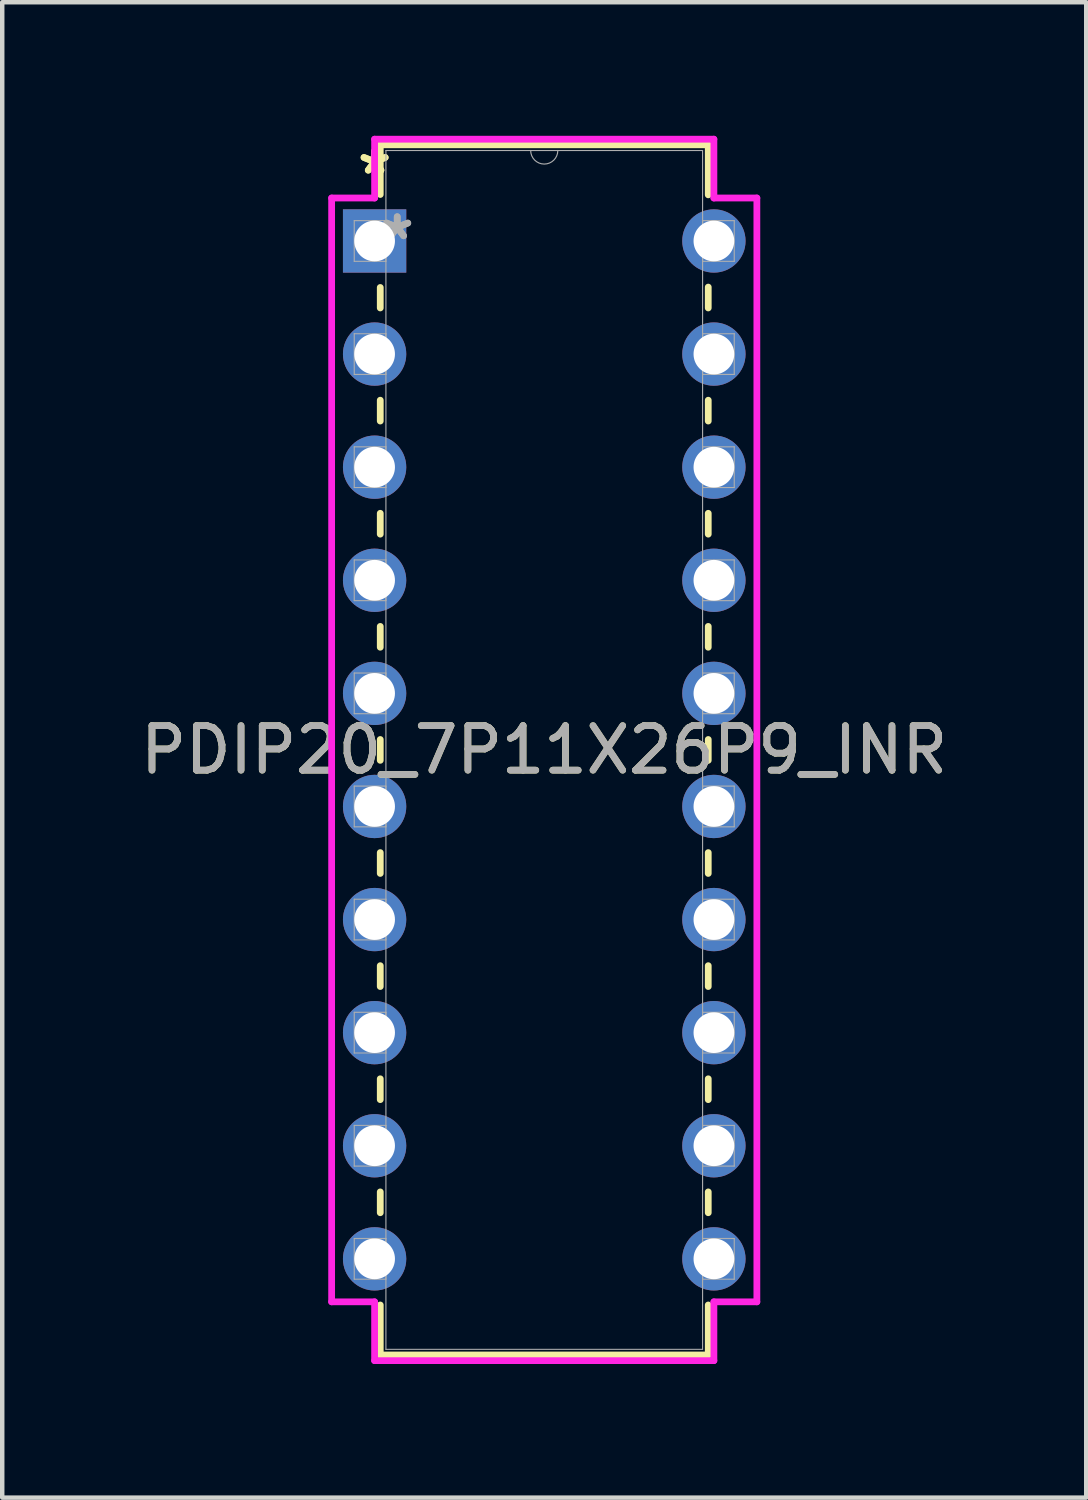
<source format=kicad_pcb>
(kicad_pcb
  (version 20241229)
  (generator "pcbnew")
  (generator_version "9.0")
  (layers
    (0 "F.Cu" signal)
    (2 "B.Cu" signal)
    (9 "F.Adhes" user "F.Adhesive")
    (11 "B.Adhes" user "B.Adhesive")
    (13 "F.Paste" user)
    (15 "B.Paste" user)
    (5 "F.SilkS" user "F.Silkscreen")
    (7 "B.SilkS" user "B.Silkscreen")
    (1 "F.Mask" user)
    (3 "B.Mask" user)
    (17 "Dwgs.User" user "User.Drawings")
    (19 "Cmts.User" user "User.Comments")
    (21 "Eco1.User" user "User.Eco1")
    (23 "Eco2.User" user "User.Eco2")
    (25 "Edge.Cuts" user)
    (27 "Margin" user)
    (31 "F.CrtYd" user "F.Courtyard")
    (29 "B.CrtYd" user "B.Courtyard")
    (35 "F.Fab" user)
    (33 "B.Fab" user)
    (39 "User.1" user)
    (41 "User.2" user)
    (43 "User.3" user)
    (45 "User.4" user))
  (footprint "PDIP20_7P11X26P9_INR"
    (layer "F.Cu")
    (at 5.363 2.362)
    (property "Reference" "PDIP20_7P11X26P9_INR" (at 3.81 11.43 0) (unlocked yes) (layer "F.SilkS") (effects (font (size 1 1) (thickness 0.15))))
    (attr through_hole)
    (fp_line (start 0.127 -2.159) (end 0.127 -1.044) (stroke (width 0.152) (type solid)) (layer "F.SilkS"))
    (fp_line (start 0.127 1.044) (end 0.127 1.504) (stroke (width 0.152) (type solid)) (layer "F.SilkS"))
    (fp_line (start 0.127 3.576) (end 0.127 4.044) (stroke (width 0.152) (type solid)) (layer "F.SilkS"))
    (fp_line (start 0.127 6.116) (end 0.127 6.584) (stroke (width 0.152) (type solid)) (layer "F.SilkS"))
    (fp_line (start 0.127 8.656) (end 0.127 9.124) (stroke (width 0.152) (type solid)) (layer "F.SilkS"))
    (fp_line (start 0.127 11.196) (end 0.127 11.664) (stroke (width 0.152) (type solid)) (layer "F.SilkS"))
    (fp_line (start 0.127 13.736) (end 0.127 14.204) (stroke (width 0.152) (type solid)) (layer "F.SilkS"))
    (fp_line (start 0.127 16.276) (end 0.127 16.744) (stroke (width 0.152) (type solid)) (layer "F.SilkS"))
    (fp_line (start 0.127 18.816) (end 0.127 19.284) (stroke (width 0.152) (type solid)) (layer "F.SilkS"))
    (fp_line (start 0.127 21.356) (end 0.127 21.824) (stroke (width 0.152) (type solid)) (layer "F.SilkS"))
    (fp_line (start 0.127 23.896) (end 0.127 25.019) (stroke (width 0.152) (type solid)) (layer "F.SilkS"))
    (fp_line (start 0.127 25.019) (end 7.493 25.019) (stroke (width 0.152) (type solid)) (layer "F.SilkS"))
    (fp_line (start 7.493 -2.159) (end 0.127 -2.159) (stroke (width 0.152) (type solid)) (layer "F.SilkS"))
    (fp_line (start 7.493 -1.036) (end 7.493 -2.159) (stroke (width 0.152) (type solid)) (layer "F.SilkS"))
    (fp_line (start 7.493 1.504) (end 7.493 1.036) (stroke (width 0.152) (type solid)) (layer "F.SilkS"))
    (fp_line (start 7.493 4.044) (end 7.493 3.576) (stroke (width 0.152) (type solid)) (layer "F.SilkS"))
    (fp_line (start 7.493 6.584) (end 7.493 6.116) (stroke (width 0.152) (type solid)) (layer "F.SilkS"))
    (fp_line (start 7.493 9.124) (end 7.493 8.656) (stroke (width 0.152) (type solid)) (layer "F.SilkS"))
    (fp_line (start 7.493 11.664) (end 7.493 11.196) (stroke (width 0.152) (type solid)) (layer "F.SilkS"))
    (fp_line (start 7.493 14.204) (end 7.493 13.736) (stroke (width 0.152) (type solid)) (layer "F.SilkS"))
    (fp_line (start 7.493 16.744) (end 7.493 16.276) (stroke (width 0.152) (type solid)) (layer "F.SilkS"))
    (fp_line (start 7.493 19.284) (end 7.493 18.816) (stroke (width 0.152) (type solid)) (layer "F.SilkS"))
    (fp_line (start 7.493 21.824) (end 7.493 21.356) (stroke (width 0.152) (type solid)) (layer "F.SilkS"))
    (fp_line (start 7.493 25.019) (end 7.493 23.896) (stroke (width 0.152) (type solid)) (layer "F.SilkS"))
    (fp_line (start -0.965 -0.965) (end 0 -0.965) (stroke (width 0.152) (type solid)) (layer "F.CrtYd"))
    (fp_line (start -0.965 23.825) (end -0.965 -0.965) (stroke (width 0.152) (type solid)) (layer "F.CrtYd"))
    (fp_line (start 0 -2.286) (end 7.62 -2.286) (stroke (width 0.152) (type solid)) (layer "F.CrtYd"))
    (fp_line (start 0 -0.965) (end 0 -2.286) (stroke (width 0.152) (type solid)) (layer "F.CrtYd"))
    (fp_line (start 0 23.825) (end -0.965 23.825) (stroke (width 0.152) (type solid)) (layer "F.CrtYd"))
    (fp_line (start 0 25.146) (end 0 23.825) (stroke (width 0.152) (type solid)) (layer "F.CrtYd"))
    (fp_line (start 7.62 -2.286) (end 7.62 -0.965) (stroke (width 0.152) (type solid)) (layer "F.CrtYd"))
    (fp_line (start 7.62 23.825) (end 7.62 25.146) (stroke (width 0.152) (type solid)) (layer "F.CrtYd"))
    (fp_line (start 7.62 25.146) (end 0 25.146) (stroke (width 0.152) (type solid)) (layer "F.CrtYd"))
    (fp_line (start 8.585 -0.965) (end 7.62 -0.965) (stroke (width 0.152) (type solid)) (layer "F.CrtYd"))
    (fp_line (start 8.585 -0.965) (end 8.585 23.825) (stroke (width 0.152) (type solid)) (layer "F.CrtYd"))
    (fp_line (start 8.585 23.825) (end 7.62 23.825) (stroke (width 0.152) (type solid)) (layer "F.CrtYd"))
    (fp_line (start -0.457 -0.457) (end -0.457 0.457) (stroke (width 0.025) (type solid)) (layer "F.Fab"))
    (fp_line (start -0.457 0.457) (end 0.254 0.457) (stroke (width 0.025) (type solid)) (layer "F.Fab"))
    (fp_line (start -0.457 2.083) (end -0.457 2.997) (stroke (width 0.025) (type solid)) (layer "F.Fab"))
    (fp_line (start -0.457 2.997) (end 0.254 2.997) (stroke (width 0.025) (type solid)) (layer "F.Fab"))
    (fp_line (start -0.457 4.623) (end -0.457 5.537) (stroke (width 0.025) (type solid)) (layer "F.Fab"))
    (fp_line (start -0.457 5.537) (end 0.254 5.537) (stroke (width 0.025) (type solid)) (layer "F.Fab"))
    (fp_line (start -0.457 7.163) (end -0.457 8.077) (stroke (width 0.025) (type solid)) (layer "F.Fab"))
    (fp_line (start -0.457 8.077) (end 0.254 8.077) (stroke (width 0.025) (type solid)) (layer "F.Fab"))
    (fp_line (start -0.457 9.703) (end -0.457 10.617) (stroke (width 0.025) (type solid)) (layer "F.Fab"))
    (fp_line (start -0.457 10.617) (end 0.254 10.617) (stroke (width 0.025) (type solid)) (layer "F.Fab"))
    (fp_line (start -0.457 12.243) (end -0.457 13.157) (stroke (width 0.025) (type solid)) (layer "F.Fab"))
    (fp_line (start -0.457 13.157) (end 0.254 13.157) (stroke (width 0.025) (type solid)) (layer "F.Fab"))
    (fp_line (start -0.457 14.783) (end -0.457 15.697) (stroke (width 0.025) (type solid)) (layer "F.Fab"))
    (fp_line (start -0.457 15.697) (end 0.254 15.697) (stroke (width 0.025) (type solid)) (layer "F.Fab"))
    (fp_line (start -0.457 17.323) (end -0.457 18.237) (stroke (width 0.025) (type solid)) (layer "F.Fab"))
    (fp_line (start -0.457 18.237) (end 0.254 18.237) (stroke (width 0.025) (type solid)) (layer "F.Fab"))
    (fp_line (start -0.457 19.863) (end -0.457 20.777) (stroke (width 0.025) (type solid)) (layer "F.Fab"))
    (fp_line (start -0.457 20.777) (end 0.254 20.777) (stroke (width 0.025) (type solid)) (layer "F.Fab"))
    (fp_line (start -0.457 22.403) (end -0.457 23.317) (stroke (width 0.025) (type solid)) (layer "F.Fab"))
    (fp_line (start -0.457 23.317) (end 0.254 23.317) (stroke (width 0.025) (type solid)) (layer "F.Fab"))
    (fp_line (start 0.254 -2.032) (end 0.254 24.892) (stroke (width 0.025) (type solid)) (layer "F.Fab"))
    (fp_line (start 0.254 -0.457) (end -0.457 -0.457) (stroke (width 0.025) (type solid)) (layer "F.Fab"))
    (fp_line (start 0.254 0.457) (end 0.254 -0.457) (stroke (width 0.025) (type solid)) (layer "F.Fab"))
    (fp_line (start 0.254 2.083) (end -0.457 2.083) (stroke (width 0.025) (type solid)) (layer "F.Fab"))
    (fp_line (start 0.254 2.997) (end 0.254 2.083) (stroke (width 0.025) (type solid)) (layer "F.Fab"))
    (fp_line (start 0.254 4.623) (end -0.457 4.623) (stroke (width 0.025) (type solid)) (layer "F.Fab"))
    (fp_line (start 0.254 5.537) (end 0.254 4.623) (stroke (width 0.025) (type solid)) (layer "F.Fab"))
    (fp_line (start 0.254 7.163) (end -0.457 7.163) (stroke (width 0.025) (type solid)) (layer "F.Fab"))
    (fp_line (start 0.254 8.077) (end 0.254 7.163) (stroke (width 0.025) (type solid)) (layer "F.Fab"))
    (fp_line (start 0.254 9.703) (end -0.457 9.703) (stroke (width 0.025) (type solid)) (layer "F.Fab"))
    (fp_line (start 0.254 10.617) (end 0.254 9.703) (stroke (width 0.025) (type solid)) (layer "F.Fab"))
    (fp_line (start 0.254 12.243) (end -0.457 12.243) (stroke (width 0.025) (type solid)) (layer "F.Fab"))
    (fp_line (start 0.254 13.157) (end 0.254 12.243) (stroke (width 0.025) (type solid)) (layer "F.Fab"))
    (fp_line (start 0.254 14.783) (end -0.457 14.783) (stroke (width 0.025) (type solid)) (layer "F.Fab"))
    (fp_line (start 0.254 15.697) (end 0.254 14.783) (stroke (width 0.025) (type solid)) (layer "F.Fab"))
    (fp_line (start 0.254 17.323) (end -0.457 17.323) (stroke (width 0.025) (type solid)) (layer "F.Fab"))
    (fp_line (start 0.254 18.237) (end 0.254 17.323) (stroke (width 0.025) (type solid)) (layer "F.Fab"))
    (fp_line (start 0.254 19.863) (end -0.457 19.863) (stroke (width 0.025) (type solid)) (layer "F.Fab"))
    (fp_line (start 0.254 20.777) (end 0.254 19.863) (stroke (width 0.025) (type solid)) (layer "F.Fab"))
    (fp_line (start 0.254 22.403) (end -0.457 22.403) (stroke (width 0.025) (type solid)) (layer "F.Fab"))
    (fp_line (start 0.254 23.317) (end 0.254 22.403) (stroke (width 0.025) (type solid)) (layer "F.Fab"))
    (fp_line (start 0.254 24.892) (end 7.366 24.892) (stroke (width 0.025) (type solid)) (layer "F.Fab"))
    (fp_line (start 7.366 -2.032) (end 0.254 -2.032) (stroke (width 0.025) (type solid)) (layer "F.Fab"))
    (fp_line (start 7.366 -0.457) (end 7.366 0.457) (stroke (width 0.025) (type solid)) (layer "F.Fab"))
    (fp_line (start 7.366 0.457) (end 8.077 0.457) (stroke (width 0.025) (type solid)) (layer "F.Fab"))
    (fp_line (start 7.366 2.083) (end 7.366 2.997) (stroke (width 0.025) (type solid)) (layer "F.Fab"))
    (fp_line (start 7.366 2.997) (end 8.077 2.997) (stroke (width 0.025) (type solid)) (layer "F.Fab"))
    (fp_line (start 7.366 4.623) (end 7.366 5.537) (stroke (width 0.025) (type solid)) (layer "F.Fab"))
    (fp_line (start 7.366 5.537) (end 8.077 5.537) (stroke (width 0.025) (type solid)) (layer "F.Fab"))
    (fp_line (start 7.366 7.163) (end 7.366 8.077) (stroke (width 0.025) (type solid)) (layer "F.Fab"))
    (fp_line (start 7.366 8.077) (end 8.077 8.077) (stroke (width 0.025) (type solid)) (layer "F.Fab"))
    (fp_line (start 7.366 9.703) (end 7.366 10.617) (stroke (width 0.025) (type solid)) (layer "F.Fab"))
    (fp_line (start 7.366 10.617) (end 8.077 10.617) (stroke (width 0.025) (type solid)) (layer "F.Fab"))
    (fp_line (start 7.366 12.243) (end 7.366 13.157) (stroke (width 0.025) (type solid)) (layer "F.Fab"))
    (fp_line (start 7.366 13.157) (end 8.077 13.157) (stroke (width 0.025) (type solid)) (layer "F.Fab"))
    (fp_line (start 7.366 14.783) (end 7.366 15.697) (stroke (width 0.025) (type solid)) (layer "F.Fab"))
    (fp_line (start 7.366 15.697) (end 8.077 15.697) (stroke (width 0.025) (type solid)) (layer "F.Fab"))
    (fp_line (start 7.366 17.323) (end 7.366 18.237) (stroke (width 0.025) (type solid)) (layer "F.Fab"))
    (fp_line (start 7.366 18.237) (end 8.077 18.237) (stroke (width 0.025) (type solid)) (layer "F.Fab"))
    (fp_line (start 7.366 19.863) (end 7.366 20.777) (stroke (width 0.025) (type solid)) (layer "F.Fab"))
    (fp_line (start 7.366 20.777) (end 8.077 20.777) (stroke (width 0.025) (type solid)) (layer "F.Fab"))
    (fp_line (start 7.366 22.403) (end 7.366 23.317) (stroke (width 0.025) (type solid)) (layer "F.Fab"))
    (fp_line (start 7.366 23.317) (end 8.077 23.317) (stroke (width 0.025) (type solid)) (layer "F.Fab"))
    (fp_line (start 7.366 24.892) (end 7.366 -2.032) (stroke (width 0.025) (type solid)) (layer "F.Fab"))
    (fp_line (start 8.077 -0.457) (end 7.366 -0.457) (stroke (width 0.025) (type solid)) (layer "F.Fab"))
    (fp_line (start 8.077 0.457) (end 8.077 -0.457) (stroke (width 0.025) (type solid)) (layer "F.Fab"))
    (fp_line (start 8.077 2.083) (end 7.366 2.083) (stroke (width 0.025) (type solid)) (layer "F.Fab"))
    (fp_line (start 8.077 2.997) (end 8.077 2.083) (stroke (width 0.025) (type solid)) (layer "F.Fab"))
    (fp_line (start 8.077 4.623) (end 7.366 4.623) (stroke (width 0.025) (type solid)) (layer "F.Fab"))
    (fp_line (start 8.077 5.537) (end 8.077 4.623) (stroke (width 0.025) (type solid)) (layer "F.Fab"))
    (fp_line (start 8.077 7.163) (end 7.366 7.163) (stroke (width 0.025) (type solid)) (layer "F.Fab"))
    (fp_line (start 8.077 8.077) (end 8.077 7.163) (stroke (width 0.025) (type solid)) (layer "F.Fab"))
    (fp_line (start 8.077 9.703) (end 7.366 9.703) (stroke (width 0.025) (type solid)) (layer "F.Fab"))
    (fp_line (start 8.077 10.617) (end 8.077 9.703) (stroke (width 0.025) (type solid)) (layer "F.Fab"))
    (fp_line (start 8.077 12.243) (end 7.366 12.243) (stroke (width 0.025) (type solid)) (layer "F.Fab"))
    (fp_line (start 8.077 13.157) (end 8.077 12.243) (stroke (width 0.025) (type solid)) (layer "F.Fab"))
    (fp_line (start 8.077 14.783) (end 7.366 14.783) (stroke (width 0.025) (type solid)) (layer "F.Fab"))
    (fp_line (start 8.077 15.697) (end 8.077 14.783) (stroke (width 0.025) (type solid)) (layer "F.Fab"))
    (fp_line (start 8.077 17.323) (end 7.366 17.323) (stroke (width 0.025) (type solid)) (layer "F.Fab"))
    (fp_line (start 8.077 18.237) (end 8.077 17.323) (stroke (width 0.025) (type solid)) (layer "F.Fab"))
    (fp_line (start 8.077 19.863) (end 7.366 19.863) (stroke (width 0.025) (type solid)) (layer "F.Fab"))
    (fp_line (start 8.077 20.777) (end 8.077 19.863) (stroke (width 0.025) (type solid)) (layer "F.Fab"))
    (fp_line (start 8.077 22.403) (end 7.366 22.403) (stroke (width 0.025) (type solid)) (layer "F.Fab"))
    (fp_line (start 8.077 23.317) (end 8.077 22.403) (stroke (width 0.025) (type solid)) (layer "F.Fab"))
    (fp_arc (start 4.1148 -2.032) (mid 3.81 -1.7272) (end 3.5052 -2.032) (stroke (width 0.0254) (type solid)) (layer "F.Fab"))
    (fp_text user "*" (at 0 -1.473 0) (unlocked yes) (layer "F.SilkS") (effects (font (size 1 1) (thickness 0.15))))
    (fp_text user "*" (at 0 -1.473 0) (layer "F.SilkS") (effects (font (size 1 1) (thickness 0.15))))
    (fp_text user "*" (at 0.508 0 0) (unlocked yes) (layer "F.Fab") (effects (font (size 1 1) (thickness 0.15))))
    (fp_text user "${REFERENCE}" (at 3.81 11.43 0) (unlocked yes) (layer "F.Fab") (effects (font (size 1 1) (thickness 0.15))))
    (fp_text user "*" (at 0.508 0 0) (layer "F.Fab") (effects (font (size 1 1) (thickness 0.15))))
    (pad "1" thru_hole rect (at 0 0) (size 1.422 1.422) (drill 0.914) (layers "*.Cu" "*.Mask"))
    (pad "2" thru_hole circle (at 0 2.54) (size 1.422 1.422) (drill 0.914) (layers "*.Cu" "*.Mask"))
    (pad "3" thru_hole circle (at 0 5.08) (size 1.422 1.422) (drill 0.914) (layers "*.Cu" "*.Mask"))
    (pad "4" thru_hole circle (at 0 7.62) (size 1.422 1.422) (drill 0.914) (layers "*.Cu" "*.Mask"))
    (pad "5" thru_hole circle (at 0 10.16) (size 1.422 1.422) (drill 0.914) (layers "*.Cu" "*.Mask"))
    (pad "6" thru_hole circle (at 0 12.7) (size 1.422 1.422) (drill 0.914) (layers "*.Cu" "*.Mask"))
    (pad "7" thru_hole circle (at 0 15.24) (size 1.422 1.422) (drill 0.914) (layers "*.Cu" "*.Mask"))
    (pad "8" thru_hole circle (at 0 17.78) (size 1.422 1.422) (drill 0.914) (layers "*.Cu" "*.Mask"))
    (pad "9" thru_hole circle (at 0 20.32) (size 1.422 1.422) (drill 0.914) (layers "*.Cu" "*.Mask"))
    (pad "10" thru_hole circle (at 0 22.86) (size 1.422 1.422) (drill 0.914) (layers "*.Cu" "*.Mask"))
    (pad "11" thru_hole circle (at 7.62 22.86) (size 1.422 1.422) (drill 0.914) (layers "*.Cu" "*.Mask"))
    (pad "12" thru_hole circle (at 7.62 20.32) (size 1.422 1.422) (drill 0.914) (layers "*.Cu" "*.Mask"))
    (pad "13" thru_hole circle (at 7.62 17.78) (size 1.422 1.422) (drill 0.914) (layers "*.Cu" "*.Mask"))
    (pad "14" thru_hole circle (at 7.62 15.24) (size 1.422 1.422) (drill 0.914) (layers "*.Cu" "*.Mask"))
    (pad "15" thru_hole circle (at 7.62 12.7) (size 1.422 1.422) (drill 0.914) (layers "*.Cu" "*.Mask"))
    (pad "16" thru_hole circle (at 7.62 10.16) (size 1.422 1.422) (drill 0.914) (layers "*.Cu" "*.Mask"))
    (pad "17" thru_hole circle (at 7.62 7.62) (size 1.422 1.422) (drill 0.914) (layers "*.Cu" "*.Mask"))
    (pad "18" thru_hole circle (at 7.62 5.08) (size 1.422 1.422) (drill 0.914) (layers "*.Cu" "*.Mask"))
    (pad "19" thru_hole circle (at 7.62 2.54) (size 1.422 1.422) (drill 0.914) (layers "*.Cu" "*.Mask"))
    (pad "20" thru_hole circle (at 7.62 0) (size 1.422 1.422) (drill 0.914) (layers "*.Cu" "*.Mask")))
  (gr_rect
    (start -3 -3)
    (end 21.345 30.584)
    (stroke (width 0.1) (type default))
    (fill no)
    (layer "Edge.Cuts")))
</source>
